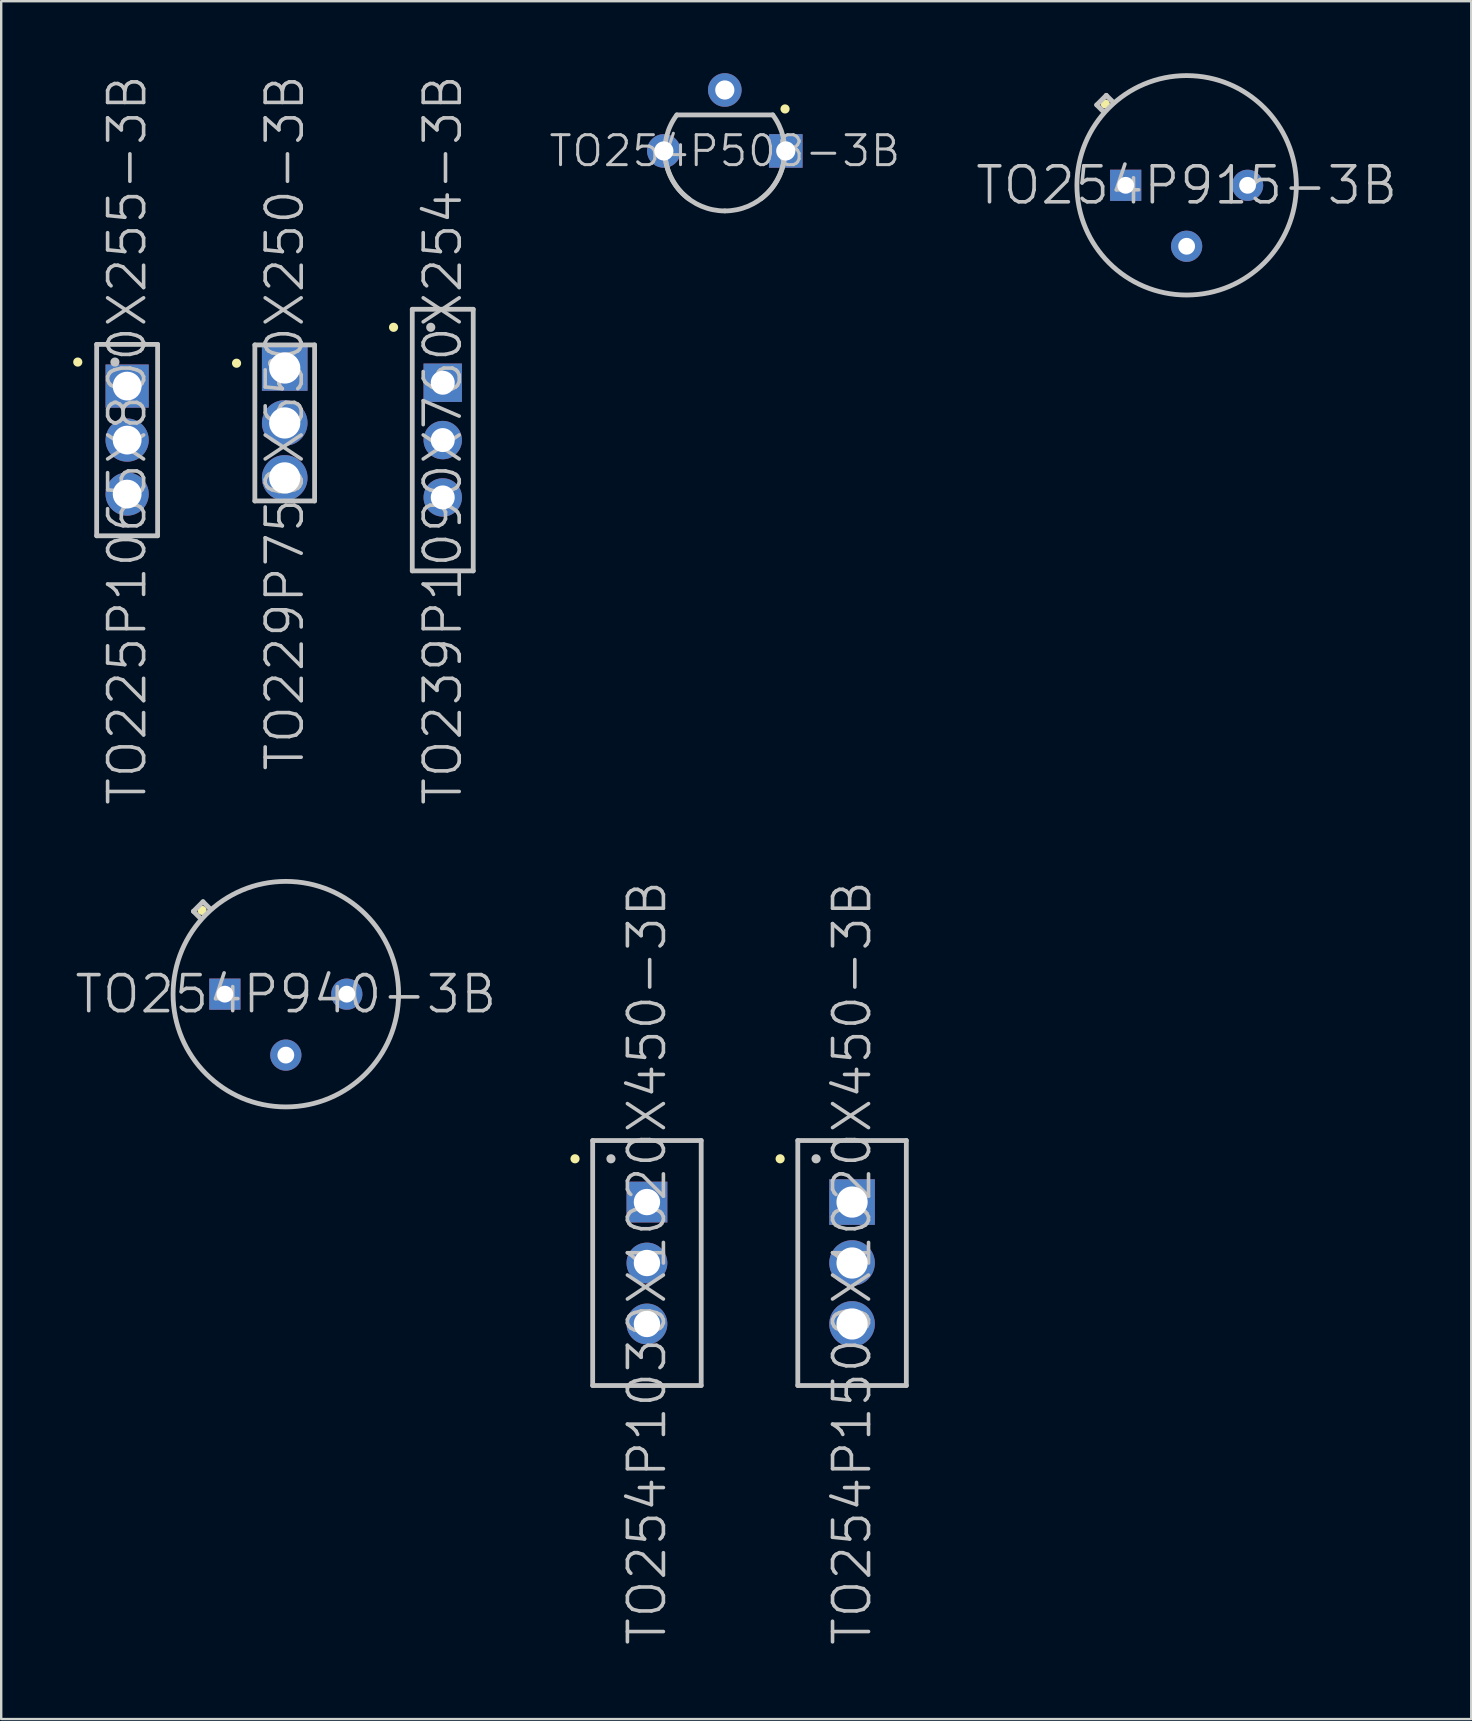
<source format=kicad_pcb>
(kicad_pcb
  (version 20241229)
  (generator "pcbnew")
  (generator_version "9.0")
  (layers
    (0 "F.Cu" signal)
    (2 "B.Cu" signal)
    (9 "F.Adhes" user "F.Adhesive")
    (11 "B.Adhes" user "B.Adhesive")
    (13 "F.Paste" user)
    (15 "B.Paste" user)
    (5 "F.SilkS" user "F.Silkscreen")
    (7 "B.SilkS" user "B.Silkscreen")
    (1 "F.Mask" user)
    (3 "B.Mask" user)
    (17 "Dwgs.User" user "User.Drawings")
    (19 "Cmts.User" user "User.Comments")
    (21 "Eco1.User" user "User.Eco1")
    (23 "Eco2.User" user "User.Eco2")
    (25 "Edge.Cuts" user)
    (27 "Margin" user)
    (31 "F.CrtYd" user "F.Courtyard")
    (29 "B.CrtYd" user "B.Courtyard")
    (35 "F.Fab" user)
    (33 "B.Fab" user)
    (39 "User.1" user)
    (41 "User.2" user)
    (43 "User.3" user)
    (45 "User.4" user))
  (footprint "TO225P1065X800X255-3B"
    (layer "F.Cu")
    (at 2.248 15.289)
    (property "Reference" "TO225P1065X800X255-3B" (at 0 0 90) (layer "Dwgs.User") (effects (font (size 1.5 1.5) (thickness 0.15))))
    (attr through_hole)
    (fp_line (start -2.057 -3.251) (end -2.057 -3.251) (stroke (width 0.381) (type solid)) (layer "F.SilkS"))
    (fp_line (start -1.27 -3.988) (end -1.27 3.988) (stroke (width 0.2) (type solid)) (layer "Dwgs.User"))
    (fp_line (start -1.27 -3.988) (end 1.27 -3.988) (stroke (width 0.2) (type solid)) (layer "Dwgs.User"))
    (fp_line (start -1.27 3.988) (end 1.27 3.988) (stroke (width 0.2) (type solid)) (layer "Dwgs.User"))
    (fp_line (start -0.508 -3.251) (end -0.508 -3.251) (stroke (width 0.381) (type solid)) (layer "Dwgs.User"))
    (fp_line (start 1.27 -3.988) (end 1.27 3.988) (stroke (width 0.2) (type solid)) (layer "Dwgs.User"))
    (pad "1" thru_hole rect (at 0 -2.25) (size 1.8 1.8) (drill 1.2) (layers "*.Cu" "*.Mask"))
    (pad "2" thru_hole circle (at 0 0) (size 1.8 1.8) (drill 1.2) (layers "*.Cu" "*.Mask"))
    (pad "3" thru_hole circle (at 0 2.25) (size 1.8 1.8) (drill 1.2) (layers "*.Cu" "*.Mask")))
  (footprint "TO254P915-3B"
    (layer "F.Cu")
    (at 46.399 4.672)
    (property "Reference" "TO254P915-3B" (at 0 0 0) (layer "Dwgs.User") (effects (font (size 1.5 1.5) (thickness 0.15))))
    (attr through_hole)
    (fp_line (start -3.388 -3.388) (end -3.388 -3.388) (stroke (width 0.381) (type solid)) (layer "F.SilkS"))
    (fp_line (start -3.747 -3.35) (end -3.348 -3.749) (stroke (width 0.2) (type solid)) (layer "Dwgs.User"))
    (fp_line (start -3.447 -3.051) (end -3.747 -3.35) (stroke (width 0.2) (type solid)) (layer "Dwgs.User"))
    (fp_line (start -3.048 -3.449) (end -3.348 -3.749) (stroke (width 0.2) (type solid)) (layer "Dwgs.User"))
    (fp_circle (center 0 0) (end 4.572 0) (stroke (width 0.2) (type solid)) (fill no) (layer "Dwgs.User"))
    (pad "1" thru_hole rect (at -2.54 0) (size 1.3 1.3) (drill 0.7) (layers "*.Cu" "*.Mask"))
    (pad "2" thru_hole circle (at 0 2.54) (size 1.3 1.3) (drill 0.7) (layers "*.Cu" "*.Mask"))
    (pad "3" thru_hole circle (at 2.54 0) (size 1.3 1.3) (drill 0.7) (layers "*.Cu" "*.Mask")))
  (footprint "TO254P1500X1020X450-3B"
    (layer "F.Cu")
    (at 32.457 49.582)
    (property "Reference" "TO254P1500X1020X450-3B" (at 0 0 90) (layer "Dwgs.User") (effects (font (size 1.5 1.5) (thickness 0.15))))
    (attr through_hole)
    (fp_line (start -2.997 -4.343) (end -2.997 -4.343) (stroke (width 0.381) (type solid)) (layer "F.SilkS"))
    (fp_line (start -2.261 -5.105) (end -2.261 5.105) (stroke (width 0.2) (type solid)) (layer "Dwgs.User"))
    (fp_line (start -2.261 -5.105) (end 2.261 -5.105) (stroke (width 0.2) (type solid)) (layer "Dwgs.User"))
    (fp_line (start -2.261 5.105) (end 2.261 5.105) (stroke (width 0.2) (type solid)) (layer "Dwgs.User"))
    (fp_line (start -1.499 -4.343) (end -1.499 -4.343) (stroke (width 0.381) (type solid)) (layer "Dwgs.User"))
    (fp_line (start 2.261 -5.105) (end 2.261 5.105) (stroke (width 0.2) (type solid)) (layer "Dwgs.User"))
    (pad "1" thru_hole rect (at 0 -2.54) (size 1.9 1.9) (drill 1.3) (layers "*.Cu" "*.Mask"))
    (pad "2" thru_hole circle (at 0 0) (size 1.9 1.9) (drill 1.3) (layers "*.Cu" "*.Mask"))
    (pad "3" thru_hole circle (at 0 2.54) (size 1.9 1.9) (drill 1.3) (layers "*.Cu" "*.Mask")))
  (footprint "TO239P1090X760X254-3B"
    (layer "F.Cu")
    (at 15.4 15.289)
    (property "Reference" "TO239P1090X760X254-3B" (at 0 0 90) (layer "Dwgs.User") (effects (font (size 1.5 1.5) (thickness 0.15))))
    (attr through_hole)
    (fp_line (start -2.05 -4.7) (end -2.05 -4.7) (stroke (width 0.381) (type solid)) (layer "F.SilkS"))
    (fp_line (start -1.27 -5.45) (end -1.27 5.45) (stroke (width 0.2) (type solid)) (layer "Dwgs.User"))
    (fp_line (start -1.27 -5.45) (end 1.27 -5.45) (stroke (width 0.2) (type solid)) (layer "Dwgs.User"))
    (fp_line (start -1.27 5.45) (end 1.27 5.45) (stroke (width 0.2) (type solid)) (layer "Dwgs.User"))
    (fp_line (start -0.5 -4.7) (end -0.5 -4.7) (stroke (width 0.381) (type solid)) (layer "Dwgs.User"))
    (fp_line (start 1.27 -5.45) (end 1.27 5.45) (stroke (width 0.2) (type solid)) (layer "Dwgs.User"))
    (pad "1" thru_hole rect (at 0 -2.39) (size 1.6 1.6) (drill 1) (layers "*.Cu" "*.Mask"))
    (pad "2" thru_hole circle (at 0 0) (size 1.6 1.6) (drill 1) (layers "*.Cu" "*.Mask"))
    (pad "3" thru_hole circle (at 0 2.39) (size 1.6 1.6) (drill 1) (layers "*.Cu" "*.Mask")))
  (footprint "TO229P750X650X250-3B"
    (layer "F.Cu")
    (at 8.815 14.575)
    (property "Reference" "TO229P750X650X250-3B" (at 0 0 90) (layer "Dwgs.User") (effects (font (size 1.5 1.5) (thickness 0.15))))
    (attr through_hole)
    (fp_line (start -2.007 -2.489) (end -2.007 -2.489) (stroke (width 0.381) (type solid)) (layer "F.SilkS"))
    (fp_line (start -1.245 -3.251) (end -1.245 3.251) (stroke (width 0.2) (type solid)) (layer "Dwgs.User"))
    (fp_line (start -1.245 -3.251) (end 1.245 -3.251) (stroke (width 0.2) (type solid)) (layer "Dwgs.User"))
    (fp_line (start -1.245 3.251) (end 1.245 3.251) (stroke (width 0.2) (type solid)) (layer "Dwgs.User"))
    (fp_line (start -0.508 -2.489) (end -0.508 -2.489) (stroke (width 0.381) (type solid)) (layer "Dwgs.User"))
    (fp_line (start 1.245 -3.251) (end 1.245 3.251) (stroke (width 0.2) (type solid)) (layer "Dwgs.User"))
    (pad "1" thru_hole rect (at 0 -2.29) (size 1.9 1.9) (drill 1.3) (layers "*.Cu" "*.Mask"))
    (pad "2" thru_hole circle (at 0 0) (size 1.9 1.9) (drill 1.3) (layers "*.Cu" "*.Mask"))
    (pad "3" thru_hole circle (at 0 2.29) (size 1.9 1.9) (drill 1.3) (layers "*.Cu" "*.Mask")))
  (footprint "TO254P940-3B"
    (layer "F.Cu")
    (at 8.861 38.378)
    (property "Reference" "TO254P940-3B" (at 0 0 0) (layer "Dwgs.User") (effects (font (size 1.5 1.5) (thickness 0.15))))
    (attr through_hole)
    (fp_line (start -3.49 -3.49) (end -3.49 -3.49) (stroke (width 0.381) (type solid)) (layer "F.SilkS"))
    (fp_line (start -3.851 -3.452) (end -3.452 -3.851) (stroke (width 0.2) (type solid)) (layer "Dwgs.User"))
    (fp_line (start -3.551 -3.152) (end -3.851 -3.452) (stroke (width 0.2) (type solid)) (layer "Dwgs.User"))
    (fp_line (start -3.152 -3.551) (end -3.452 -3.851) (stroke (width 0.2) (type solid)) (layer "Dwgs.User"))
    (fp_circle (center 0 0) (end 4.699 0) (stroke (width 0.2) (type solid)) (fill no) (layer "Dwgs.User"))
    (pad "1" thru_hole rect (at -2.54 0) (size 1.3 1.3) (drill 0.7) (layers "*.Cu" "*.Mask"))
    (pad "2" thru_hole circle (at 0 2.54) (size 1.3 1.3) (drill 0.7) (layers "*.Cu" "*.Mask"))
    (pad "3" thru_hole circle (at 2.54 0) (size 1.3 1.3) (drill 0.7) (layers "*.Cu" "*.Mask")))
  (footprint "TO254P508-3B"
    (layer "F.Cu")
    (at 27.154 3.24)
    (property "Reference" "TO254P508-3B" (at 0 0 0) (layer "Dwgs.User") (effects (font (size 1.25 1.25) (thickness 0.125))))
    (attr through_hole)
    (fp_line (start 2.51 -1.75) (end 2.51 -1.75) (stroke (width 0.381) (type solid)) (layer "F.SilkS"))
    (fp_line (start 1.999 -1.501) (end -1.999 -1.501) (stroke (width 0.2) (type solid)) (layer "Dwgs.User"))
    (fp_arc (start -1.50114 1.99898) (mid -2.474959 0.352026) (end -1.99898 -1.50114) (stroke (width 0.2) (type solid)) (layer "Dwgs.User"))
    (fp_arc (start 0 2.49936) (mid -1.767314 1.767314) (end -2.49936 0) (stroke (width 0.2) (type solid)) (layer "Dwgs.User"))
    (fp_arc (start 1.99898 -1.50114) (mid 2.474959 0.352026) (end 1.50114 1.99898) (stroke (width 0.2) (type solid)) (layer "Dwgs.User"))
    (fp_arc (start 2.49936 0) (mid 1.767314 1.767314) (end 0 2.49936) (stroke (width 0.2) (type solid)) (layer "Dwgs.User"))
    (pad "1" thru_hole rect (at 2.54 0) (size 1.4 1.4) (drill 0.8) (layers "*.Cu" "*.Mask"))
    (pad "2" thru_hole circle (at 0 -2.54) (size 1.4 1.4) (drill 0.8) (layers "*.Cu" "*.Mask"))
    (pad "3" thru_hole circle (at -2.54 0) (size 1.4 1.4) (drill 0.8) (layers "*.Cu" "*.Mask")))
  (footprint "TO254P1030X1020X450-3B"
    (layer "F.Cu")
    (at 23.909 49.582)
    (property "Reference" "TO254P1030X1020X450-3B" (at 0 0 90) (layer "Dwgs.User") (effects (font (size 1.5 1.5) (thickness 0.15))))
    (attr through_hole)
    (fp_line (start -2.997 -4.343) (end -2.997 -4.343) (stroke (width 0.381) (type solid)) (layer "F.SilkS"))
    (fp_line (start -2.261 -5.105) (end -2.261 5.105) (stroke (width 0.2) (type solid)) (layer "Dwgs.User"))
    (fp_line (start -2.261 -5.105) (end 2.261 -5.105) (stroke (width 0.2) (type solid)) (layer "Dwgs.User"))
    (fp_line (start -2.261 5.105) (end 2.261 5.105) (stroke (width 0.2) (type solid)) (layer "Dwgs.User"))
    (fp_line (start -1.499 -4.343) (end -1.499 -4.343) (stroke (width 0.381) (type solid)) (layer "Dwgs.User"))
    (fp_line (start 2.261 -5.105) (end 2.261 5.105) (stroke (width 0.2) (type solid)) (layer "Dwgs.User"))
    (pad "1" thru_hole rect (at 0 -2.54) (size 1.7 1.7) (drill 1.1) (layers "*.Cu" "*.Mask"))
    (pad "2" thru_hole circle (at 0 0) (size 1.7 1.7) (drill 1.1) (layers "*.Cu" "*.Mask"))
    (pad "3" thru_hole circle (at 0 2.54) (size 1.7 1.7) (drill 1.1) (layers "*.Cu" "*.Mask")))
  (gr_rect
    (start -3 -3)
    (end 58.259 68.586)
    (stroke (width 0.1) (type default))
    (fill no)
    (layer "Edge.Cuts")))
</source>
